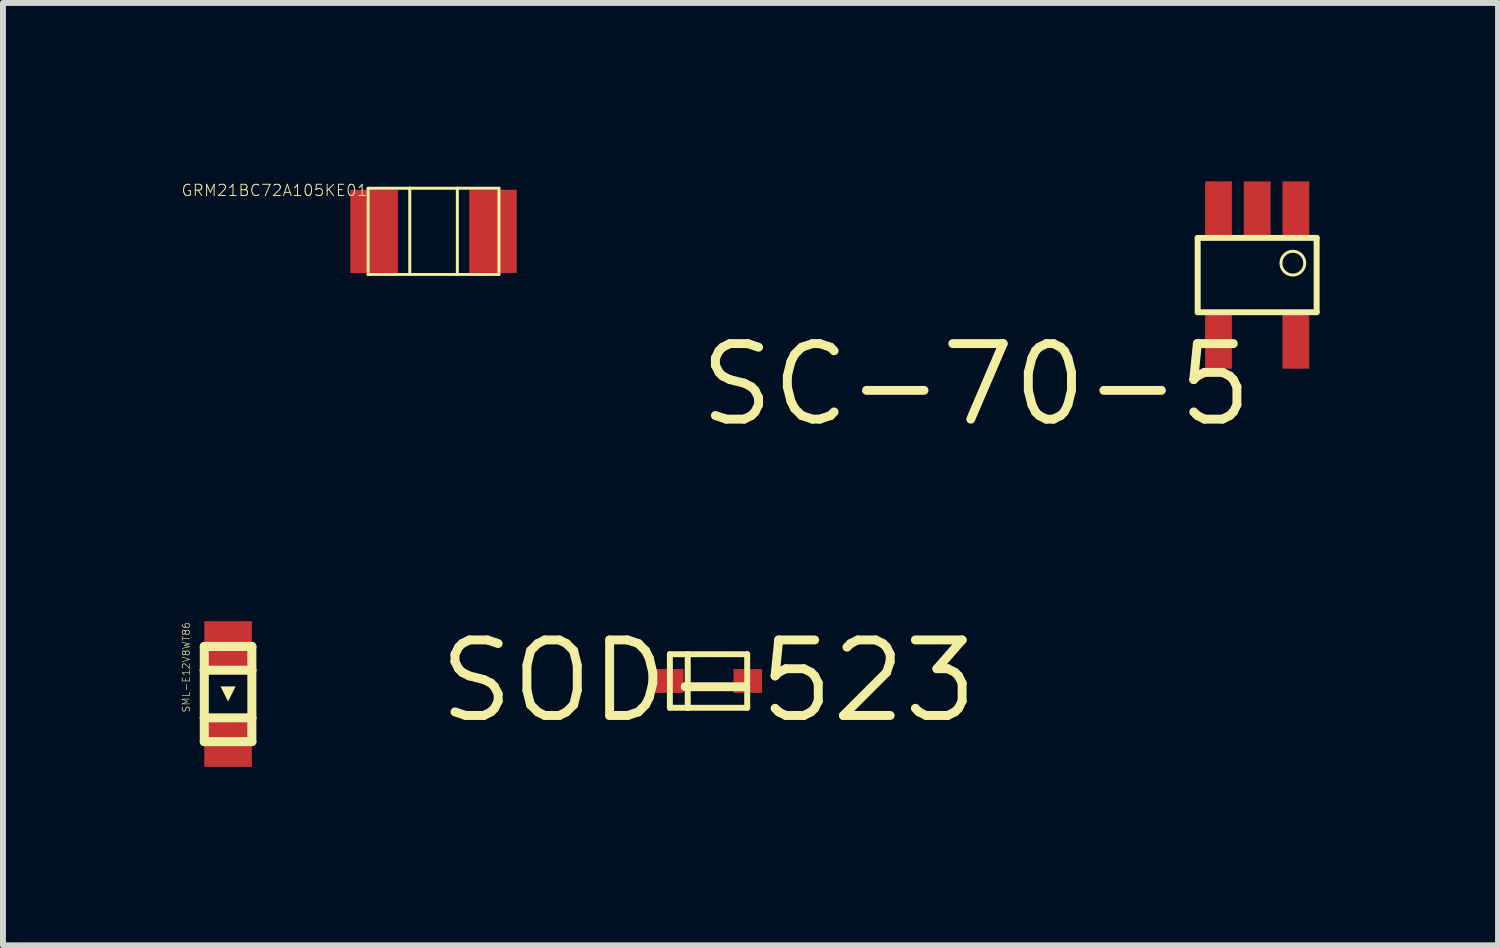
<source format=kicad_pcb>
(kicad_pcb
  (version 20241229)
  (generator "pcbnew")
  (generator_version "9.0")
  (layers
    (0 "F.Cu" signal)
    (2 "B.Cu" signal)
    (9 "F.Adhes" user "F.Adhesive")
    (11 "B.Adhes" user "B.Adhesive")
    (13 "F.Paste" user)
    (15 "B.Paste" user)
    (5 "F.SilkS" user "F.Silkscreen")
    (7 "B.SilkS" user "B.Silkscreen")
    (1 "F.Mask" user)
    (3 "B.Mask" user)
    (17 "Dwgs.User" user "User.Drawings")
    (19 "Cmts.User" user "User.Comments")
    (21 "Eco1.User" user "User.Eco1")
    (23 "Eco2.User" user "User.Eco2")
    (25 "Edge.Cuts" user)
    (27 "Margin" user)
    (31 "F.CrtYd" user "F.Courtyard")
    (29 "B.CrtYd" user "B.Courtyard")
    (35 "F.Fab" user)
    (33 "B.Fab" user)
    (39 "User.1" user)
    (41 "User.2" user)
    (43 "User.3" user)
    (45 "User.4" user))
  (footprint "SC-70-5"
    (layer "F.Cu")
    (at 18.089 2.675)
    (property "Reference" "SC-70-5" (at 0 0 0) (layer "F.SilkS") (effects (font (size 1.27 1.27) (thickness 0.15)) (justify right top)))
    (attr through_hole)
    (fp_line (start -1 -1.725) (end -1 -0.475) (stroke (width 0.1) (type solid)) (layer "F.SilkS"))
    (fp_line (start -1 -0.475) (end 1 -0.475) (stroke (width 0.1) (type solid)) (layer "F.SilkS"))
    (fp_line (start 1 -1.725) (end -1 -1.725) (stroke (width 0.1) (type solid)) (layer "F.SilkS"))
    (fp_line (start 1 -0.475) (end 1 -1.725) (stroke (width 0.1) (type solid)) (layer "F.SilkS"))
    (fp_circle (center 0.6 -1.3) (end 0.8 -1.3) (stroke (width 0.05) (type solid)) (fill no) (layer "F.SilkS"))
    (pad "IN+" smd rect (at -0.65 -2.2) (size 0.45 0.95) (layers "F.Cu" "F.Mask" "F.Paste"))
    (pad "IN-" smd rect (at -0.65 0) (size 0.45 0.95) (layers "F.Cu" "F.Mask" "F.Paste"))
    (pad "OUT" smd rect (at 0.65 -2.2) (size 0.45 0.95) (layers "F.Cu" "F.Mask" "F.Paste"))
    (pad "VDD" smd rect (at 0.65 0) (size 0.45 0.95) (layers "F.Cu" "F.Mask" "F.Paste"))
    (pad "VSS" smd rect (at 0 -2.2) (size 0.45 0.95) (layers "F.Cu" "F.Mask" "F.Paste")))
  (footprint "GRM21BC72A105KE01"
    (layer "F.Cu")
    (at 4.24 0.84)
    (property "Reference" "GRM21BC72A105KE01" (at -1.1 -0.8 0) (layer "F.SilkS") (effects (font (size 0.19 0.19) (thickness 0.016)) (justify right top)))
    (attr through_hole)
    (fp_line (start -1.1 -0.725) (end -1.1 0.725) (stroke (width 0.05) (type solid)) (layer "F.SilkS"))
    (fp_line (start -1.1 0.725) (end -0.4 0.725) (stroke (width 0.05) (type solid)) (layer "F.SilkS"))
    (fp_line (start -0.4 -0.725) (end -1.1 -0.725) (stroke (width 0.05) (type solid)) (layer "F.SilkS"))
    (fp_line (start -0.4 -0.725) (end -0.4 0.725) (stroke (width 0.05) (type solid)) (layer "F.SilkS"))
    (fp_line (start -0.4 0.725) (end 0.4 0.725) (stroke (width 0.05) (type solid)) (layer "F.SilkS"))
    (fp_line (start 0.4 -0.725) (end -0.4 -0.725) (stroke (width 0.05) (type solid)) (layer "F.SilkS"))
    (fp_line (start 0.4 -0.725) (end 0.4 0.725) (stroke (width 0.05) (type solid)) (layer "F.SilkS"))
    (fp_line (start 0.4 0.725) (end 1.1 0.725) (stroke (width 0.05) (type solid)) (layer "F.SilkS"))
    (fp_line (start 1.1 -0.725) (end 0.4 -0.725) (stroke (width 0.05) (type solid)) (layer "F.SilkS"))
    (fp_line (start 1.1 0.725) (end 1.1 -0.725) (stroke (width 0.05) (type solid)) (layer "F.SilkS"))
    (pad "P$1" smd rect (at -1 0) (size 0.8 1.4) (layers "F.Cu" "F.Mask" "F.Paste"))
    (pad "P$2" smd rect (at 1 0) (size 0.8 1.4) (layers "F.Cu" "F.Mask" "F.Paste")))
  (footprint "SOD-523"
    (layer "F.Cu")
    (at 8.864 8.401)
    (property "Reference" "SOD-523" (at 0 0 0) (layer "F.SilkS") (effects (font (size 1.27 1.27) (thickness 0.15))))
    (attr through_hole)
    (fp_line (start -0.65 -0.45) (end -0.65 0.45) (stroke (width 0.1) (type solid)) (layer "F.SilkS"))
    (fp_line (start -0.65 0.45) (end -0.35 0.45) (stroke (width 0.1) (type solid)) (layer "F.SilkS"))
    (fp_line (start -0.35 -0.45) (end -0.65 -0.45) (stroke (width 0.1) (type solid)) (layer "F.SilkS"))
    (fp_line (start -0.35 0.45) (end -0.35 -0.45) (stroke (width 0.1) (type solid)) (layer "F.SilkS"))
    (fp_line (start -0.35 0.45) (end 0.65 0.45) (stroke (width 0.1) (type solid)) (layer "F.SilkS"))
    (fp_line (start 0.65 -0.45) (end -0.35 -0.45) (stroke (width 0.1) (type solid)) (layer "F.SilkS"))
    (fp_line (start 0.65 0.45) (end 0.65 -0.45) (stroke (width 0.1) (type solid)) (layer "F.SilkS"))
    (pad "A" smd rect (at 0.66 0) (size 0.48 0.4) (layers "F.Cu" "F.Mask" "F.Paste"))
    (pad "C" smd rect (at -0.66 0) (size 0.48 0.4) (layers "F.Cu" "F.Mask" "F.Paste")))
  (footprint "SML-E12V8WT86"
    (layer "F.Cu")
    (at 0.785 9.445)
    (property "Reference" "SML-E12V8WT86" (at -0.635 -0.508 90) (layer "F.SilkS") (effects (font (size 0.121 0.121) (thickness 0.01)) (justify left bottom)))
    (attr through_hole)
    (fp_line (start -0.4 -1.625) (end -0.4 -1.225) (stroke (width 0.152) (type solid)) (layer "F.SilkS"))
    (fp_line (start -0.4 -1.225) (end -0.4 -0.425) (stroke (width 0.152) (type solid)) (layer "F.SilkS"))
    (fp_line (start -0.4 -1.225) (end 0.4 -1.225) (stroke (width 0.152) (type solid)) (layer "F.SilkS"))
    (fp_line (start -0.4 -0.425) (end -0.4 -0.025) (stroke (width 0.152) (type solid)) (layer "F.SilkS"))
    (fp_line (start -0.4 -0.425) (end 0.4 -0.425) (stroke (width 0.152) (type solid)) (layer "F.SilkS"))
    (fp_line (start -0.4 -0.025) (end 0.4 -0.025) (stroke (width 0.152) (type solid)) (layer "F.SilkS"))
    (fp_line (start 0.4 -1.625) (end -0.4 -1.625) (stroke (width 0.152) (type solid)) (layer "F.SilkS"))
    (fp_line (start 0.4 -1.225) (end 0.4 -1.625) (stroke (width 0.152) (type solid)) (layer "F.SilkS"))
    (fp_line (start 0.4 -0.425) (end 0.4 -1.225) (stroke (width 0.152) (type solid)) (layer "F.SilkS"))
    (fp_line (start 0.4 -0.025) (end 0.4 -0.425) (stroke (width 0.152) (type solid)) (layer "F.SilkS"))
    (fp_poly (pts (xy -0.127 -0.953) (xy 0.127 -0.953) (xy 0 -0.699)) (stroke (width 0) (type solid)) (fill yes) (layer "F.SilkS"))
    (pad "A" smd rect (at 0 -1.65) (size 0.8 0.8) (layers "F.Cu" "F.Mask" "F.Paste"))
    (pad "K" smd rect (at 0 0) (size 0.8 0.8) (layers "F.Cu" "F.Mask" "F.Paste")))
  (gr_rect
    (start -3 -3)
    (end 22.139 12.845)
    (stroke (width 0.1) (type default))
    (fill no)
    (layer "Edge.Cuts")))
</source>
